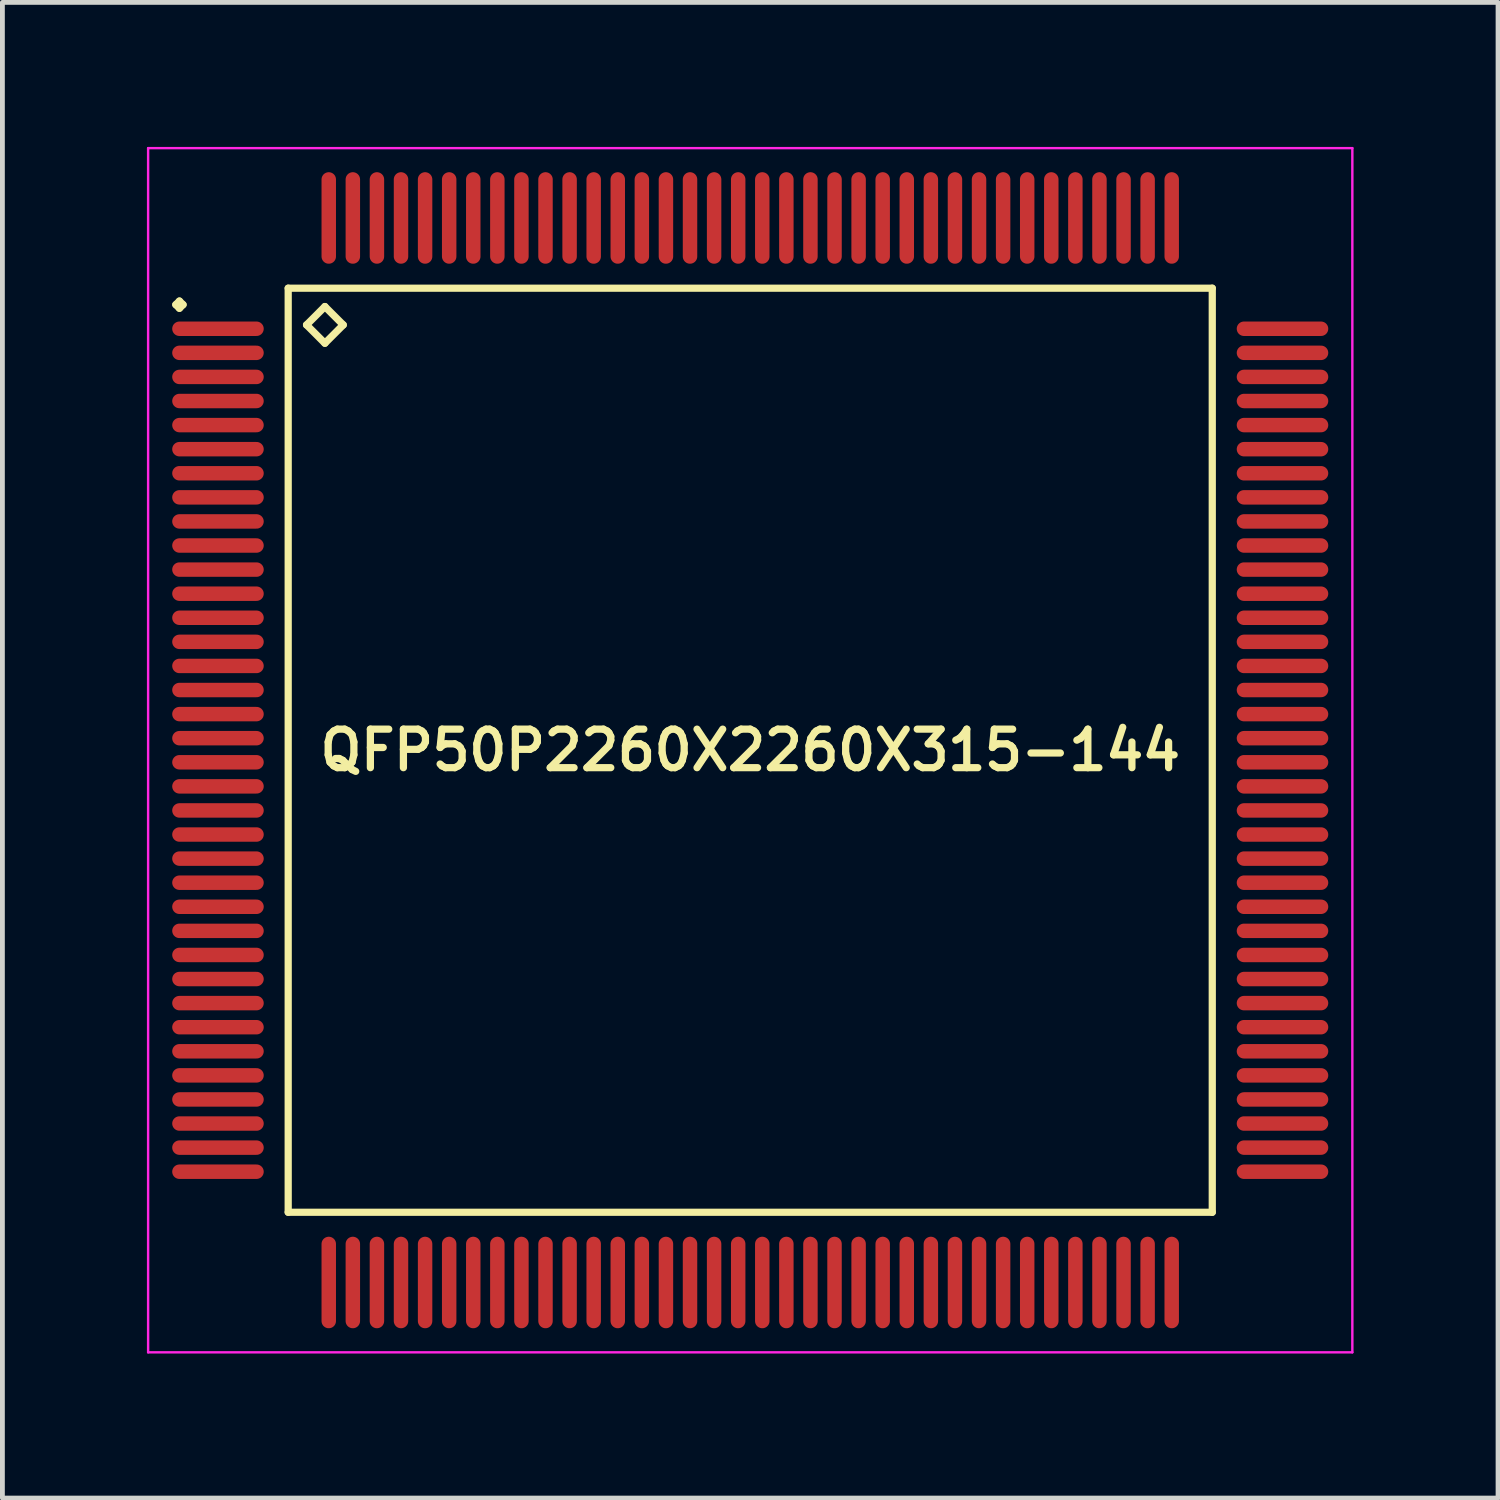
<source format=kicad_pcb>
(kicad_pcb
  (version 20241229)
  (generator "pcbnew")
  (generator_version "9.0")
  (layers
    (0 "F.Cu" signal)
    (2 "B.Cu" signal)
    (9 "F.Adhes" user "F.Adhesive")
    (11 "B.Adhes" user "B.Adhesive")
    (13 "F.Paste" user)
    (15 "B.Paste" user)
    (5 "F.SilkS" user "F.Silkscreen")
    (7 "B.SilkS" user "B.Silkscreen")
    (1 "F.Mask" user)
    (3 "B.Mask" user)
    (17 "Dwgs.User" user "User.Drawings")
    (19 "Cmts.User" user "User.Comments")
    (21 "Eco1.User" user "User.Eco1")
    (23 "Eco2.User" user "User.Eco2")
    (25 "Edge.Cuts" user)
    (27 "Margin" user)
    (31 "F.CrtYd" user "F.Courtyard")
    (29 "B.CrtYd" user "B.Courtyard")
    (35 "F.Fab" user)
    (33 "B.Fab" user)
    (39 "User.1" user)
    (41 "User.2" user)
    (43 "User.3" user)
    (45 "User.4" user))
  (footprint "QFP50P2260X2260X315-144"
    (layer "F.Cu")
    (at 12.525 12.525)
    (property "Reference" "QFP50P2260X2260X315-144" (at 0 0 0) (layer "F.SilkS") (effects (font (size 0.8 0.8) (thickness 0.15))))
    (attr smd)
    (fp_line (start -11.925 -9.25) (end -11.85 -9.325) (stroke (width 0.15) (type solid)) (layer "F.SilkS"))
    (fp_line (start -11.85 -9.325) (end -11.775 -9.25) (stroke (width 0.15) (type solid)) (layer "F.SilkS"))
    (fp_line (start -11.85 -9.175) (end -11.925 -9.25) (stroke (width 0.15) (type solid)) (layer "F.SilkS"))
    (fp_line (start -11.775 -9.25) (end -11.85 -9.175) (stroke (width 0.15) (type solid)) (layer "F.SilkS"))
    (fp_line (start -9.592 -9.592) (end -9.592 9.592) (stroke (width 0.15) (type solid)) (layer "F.SilkS"))
    (fp_line (start -9.592 9.592) (end 9.592 9.592) (stroke (width 0.15) (type solid)) (layer "F.SilkS"))
    (fp_line (start -9.211 -8.83) (end -8.83 -9.211) (stroke (width 0.15) (type solid)) (layer "F.SilkS"))
    (fp_line (start -8.83 -9.211) (end -8.449 -8.83) (stroke (width 0.15) (type solid)) (layer "F.SilkS"))
    (fp_line (start -8.83 -8.449) (end -9.211 -8.83) (stroke (width 0.15) (type solid)) (layer "F.SilkS"))
    (fp_line (start -8.449 -8.83) (end -8.83 -8.449) (stroke (width 0.15) (type solid)) (layer "F.SilkS"))
    (fp_line (start 9.592 -9.592) (end -9.592 -9.592) (stroke (width 0.15) (type solid)) (layer "F.SilkS"))
    (fp_line (start 9.592 9.592) (end 9.592 -9.592) (stroke (width 0.15) (type solid)) (layer "F.SilkS"))
    (fp_line (start -12.5 -12.5) (end 12.5 -12.5) (stroke (width 0.05) (type solid)) (layer "F.CrtYd"))
    (fp_line (start -12.5 12.5) (end -12.5 -12.5) (stroke (width 0.05) (type solid)) (layer "F.CrtYd"))
    (fp_line (start 12.5 -12.5) (end 12.5 12.5) (stroke (width 0.05) (type solid)) (layer "F.CrtYd"))
    (fp_line (start 12.5 12.5) (end -12.5 12.5) (stroke (width 0.05) (type solid)) (layer "F.CrtYd"))
    (pad "1" smd oval (at -11.05 -8.75) (size 1.9 0.3) (layers "F.Cu" "F.Mask" "F.Paste"))
    (pad "2" smd oval (at -11.05 -8.25) (size 1.9 0.3) (layers "F.Cu" "F.Mask" "F.Paste"))
    (pad "3" smd oval (at -11.05 -7.75) (size 1.9 0.3) (layers "F.Cu" "F.Mask" "F.Paste"))
    (pad "4" smd oval (at -11.05 -7.25) (size 1.9 0.3) (layers "F.Cu" "F.Mask" "F.Paste"))
    (pad "5" smd oval (at -11.05 -6.75) (size 1.9 0.3) (layers "F.Cu" "F.Mask" "F.Paste"))
    (pad "6" smd oval (at -11.05 -6.25) (size 1.9 0.3) (layers "F.Cu" "F.Mask" "F.Paste"))
    (pad "7" smd oval (at -11.05 -5.75) (size 1.9 0.3) (layers "F.Cu" "F.Mask" "F.Paste"))
    (pad "8" smd oval (at -11.05 -5.25) (size 1.9 0.3) (layers "F.Cu" "F.Mask" "F.Paste"))
    (pad "9" smd oval (at -11.05 -4.75) (size 1.9 0.3) (layers "F.Cu" "F.Mask" "F.Paste"))
    (pad "10" smd oval (at -11.05 -4.25) (size 1.9 0.3) (layers "F.Cu" "F.Mask" "F.Paste"))
    (pad "11" smd oval (at -11.05 -3.75) (size 1.9 0.3) (layers "F.Cu" "F.Mask" "F.Paste"))
    (pad "12" smd oval (at -11.05 -3.25) (size 1.9 0.3) (layers "F.Cu" "F.Mask" "F.Paste"))
    (pad "13" smd oval (at -11.05 -2.75) (size 1.9 0.3) (layers "F.Cu" "F.Mask" "F.Paste"))
    (pad "14" smd oval (at -11.05 -2.25) (size 1.9 0.3) (layers "F.Cu" "F.Mask" "F.Paste"))
    (pad "15" smd oval (at -11.05 -1.75) (size 1.9 0.3) (layers "F.Cu" "F.Mask" "F.Paste"))
    (pad "16" smd oval (at -11.05 -1.25) (size 1.9 0.3) (layers "F.Cu" "F.Mask" "F.Paste"))
    (pad "17" smd oval (at -11.05 -0.75) (size 1.9 0.3) (layers "F.Cu" "F.Mask" "F.Paste"))
    (pad "18" smd oval (at -11.05 -0.25) (size 1.9 0.3) (layers "F.Cu" "F.Mask" "F.Paste"))
    (pad "19" smd oval (at -11.05 0.25) (size 1.9 0.3) (layers "F.Cu" "F.Mask" "F.Paste"))
    (pad "20" smd oval (at -11.05 0.75) (size 1.9 0.3) (layers "F.Cu" "F.Mask" "F.Paste"))
    (pad "21" smd oval (at -11.05 1.25) (size 1.9 0.3) (layers "F.Cu" "F.Mask" "F.Paste"))
    (pad "22" smd oval (at -11.05 1.75) (size 1.9 0.3) (layers "F.Cu" "F.Mask" "F.Paste"))
    (pad "23" smd oval (at -11.05 2.25) (size 1.9 0.3) (layers "F.Cu" "F.Mask" "F.Paste"))
    (pad "24" smd oval (at -11.05 2.75) (size 1.9 0.3) (layers "F.Cu" "F.Mask" "F.Paste"))
    (pad "25" smd oval (at -11.05 3.25) (size 1.9 0.3) (layers "F.Cu" "F.Mask" "F.Paste"))
    (pad "26" smd oval (at -11.05 3.75) (size 1.9 0.3) (layers "F.Cu" "F.Mask" "F.Paste"))
    (pad "27" smd oval (at -11.05 4.25) (size 1.9 0.3) (layers "F.Cu" "F.Mask" "F.Paste"))
    (pad "28" smd oval (at -11.05 4.75) (size 1.9 0.3) (layers "F.Cu" "F.Mask" "F.Paste"))
    (pad "29" smd oval (at -11.05 5.25) (size 1.9 0.3) (layers "F.Cu" "F.Mask" "F.Paste"))
    (pad "30" smd oval (at -11.05 5.75) (size 1.9 0.3) (layers "F.Cu" "F.Mask" "F.Paste"))
    (pad "31" smd oval (at -11.05 6.25) (size 1.9 0.3) (layers "F.Cu" "F.Mask" "F.Paste"))
    (pad "32" smd oval (at -11.05 6.75) (size 1.9 0.3) (layers "F.Cu" "F.Mask" "F.Paste"))
    (pad "33" smd oval (at -11.05 7.25) (size 1.9 0.3) (layers "F.Cu" "F.Mask" "F.Paste"))
    (pad "34" smd oval (at -11.05 7.75) (size 1.9 0.3) (layers "F.Cu" "F.Mask" "F.Paste"))
    (pad "35" smd oval (at -11.05 8.25) (size 1.9 0.3) (layers "F.Cu" "F.Mask" "F.Paste"))
    (pad "36" smd oval (at -11.05 8.75) (size 1.9 0.3) (layers "F.Cu" "F.Mask" "F.Paste"))
    (pad "37" smd oval (at -8.75 11.05) (size 0.3 1.9) (layers "F.Cu" "F.Mask" "F.Paste"))
    (pad "38" smd oval (at -8.25 11.05) (size 0.3 1.9) (layers "F.Cu" "F.Mask" "F.Paste"))
    (pad "39" smd oval (at -7.75 11.05) (size 0.3 1.9) (layers "F.Cu" "F.Mask" "F.Paste"))
    (pad "40" smd oval (at -7.25 11.05) (size 0.3 1.9) (layers "F.Cu" "F.Mask" "F.Paste"))
    (pad "41" smd oval (at -6.75 11.05) (size 0.3 1.9) (layers "F.Cu" "F.Mask" "F.Paste"))
    (pad "42" smd oval (at -6.25 11.05) (size 0.3 1.9) (layers "F.Cu" "F.Mask" "F.Paste"))
    (pad "43" smd oval (at -5.75 11.05) (size 0.3 1.9) (layers "F.Cu" "F.Mask" "F.Paste"))
    (pad "44" smd oval (at -5.25 11.05) (size 0.3 1.9) (layers "F.Cu" "F.Mask" "F.Paste"))
    (pad "45" smd oval (at -4.75 11.05) (size 0.3 1.9) (layers "F.Cu" "F.Mask" "F.Paste"))
    (pad "46" smd oval (at -4.25 11.05) (size 0.3 1.9) (layers "F.Cu" "F.Mask" "F.Paste"))
    (pad "47" smd oval (at -3.75 11.05) (size 0.3 1.9) (layers "F.Cu" "F.Mask" "F.Paste"))
    (pad "48" smd oval (at -3.25 11.05) (size 0.3 1.9) (layers "F.Cu" "F.Mask" "F.Paste"))
    (pad "49" smd oval (at -2.75 11.05) (size 0.3 1.9) (layers "F.Cu" "F.Mask" "F.Paste"))
    (pad "50" smd oval (at -2.25 11.05) (size 0.3 1.9) (layers "F.Cu" "F.Mask" "F.Paste"))
    (pad "51" smd oval (at -1.75 11.05) (size 0.3 1.9) (layers "F.Cu" "F.Mask" "F.Paste"))
    (pad "52" smd oval (at -1.25 11.05) (size 0.3 1.9) (layers "F.Cu" "F.Mask" "F.Paste"))
    (pad "53" smd oval (at -0.75 11.05) (size 0.3 1.9) (layers "F.Cu" "F.Mask" "F.Paste"))
    (pad "54" smd oval (at -0.25 11.05) (size 0.3 1.9) (layers "F.Cu" "F.Mask" "F.Paste"))
    (pad "55" smd oval (at 0.25 11.05) (size 0.3 1.9) (layers "F.Cu" "F.Mask" "F.Paste"))
    (pad "56" smd oval (at 0.75 11.05) (size 0.3 1.9) (layers "F.Cu" "F.Mask" "F.Paste"))
    (pad "57" smd oval (at 1.25 11.05) (size 0.3 1.9) (layers "F.Cu" "F.Mask" "F.Paste"))
    (pad "58" smd oval (at 1.75 11.05) (size 0.3 1.9) (layers "F.Cu" "F.Mask" "F.Paste"))
    (pad "59" smd oval (at 2.25 11.05) (size 0.3 1.9) (layers "F.Cu" "F.Mask" "F.Paste"))
    (pad "60" smd oval (at 2.75 11.05) (size 0.3 1.9) (layers "F.Cu" "F.Mask" "F.Paste"))
    (pad "61" smd oval (at 3.25 11.05) (size 0.3 1.9) (layers "F.Cu" "F.Mask" "F.Paste"))
    (pad "62" smd oval (at 3.75 11.05) (size 0.3 1.9) (layers "F.Cu" "F.Mask" "F.Paste"))
    (pad "63" smd oval (at 4.25 11.05) (size 0.3 1.9) (layers "F.Cu" "F.Mask" "F.Paste"))
    (pad "64" smd oval (at 4.75 11.05) (size 0.3 1.9) (layers "F.Cu" "F.Mask" "F.Paste"))
    (pad "65" smd oval (at 5.25 11.05) (size 0.3 1.9) (layers "F.Cu" "F.Mask" "F.Paste"))
    (pad "66" smd oval (at 5.75 11.05) (size 0.3 1.9) (layers "F.Cu" "F.Mask" "F.Paste"))
    (pad "67" smd oval (at 6.25 11.05) (size 0.3 1.9) (layers "F.Cu" "F.Mask" "F.Paste"))
    (pad "68" smd oval (at 6.75 11.05) (size 0.3 1.9) (layers "F.Cu" "F.Mask" "F.Paste"))
    (pad "69" smd oval (at 7.25 11.05) (size 0.3 1.9) (layers "F.Cu" "F.Mask" "F.Paste"))
    (pad "70" smd oval (at 7.75 11.05) (size 0.3 1.9) (layers "F.Cu" "F.Mask" "F.Paste"))
    (pad "71" smd oval (at 8.25 11.05) (size 0.3 1.9) (layers "F.Cu" "F.Mask" "F.Paste"))
    (pad "72" smd oval (at 8.75 11.05) (size 0.3 1.9) (layers "F.Cu" "F.Mask" "F.Paste"))
    (pad "73" smd oval (at 11.05 8.75) (size 1.9 0.3) (layers "F.Cu" "F.Mask" "F.Paste"))
    (pad "74" smd oval (at 11.05 8.25) (size 1.9 0.3) (layers "F.Cu" "F.Mask" "F.Paste"))
    (pad "75" smd oval (at 11.05 7.75) (size 1.9 0.3) (layers "F.Cu" "F.Mask" "F.Paste"))
    (pad "76" smd oval (at 11.05 7.25) (size 1.9 0.3) (layers "F.Cu" "F.Mask" "F.Paste"))
    (pad "77" smd oval (at 11.05 6.75) (size 1.9 0.3) (layers "F.Cu" "F.Mask" "F.Paste"))
    (pad "78" smd oval (at 11.05 6.25) (size 1.9 0.3) (layers "F.Cu" "F.Mask" "F.Paste"))
    (pad "79" smd oval (at 11.05 5.75) (size 1.9 0.3) (layers "F.Cu" "F.Mask" "F.Paste"))
    (pad "80" smd oval (at 11.05 5.25) (size 1.9 0.3) (layers "F.Cu" "F.Mask" "F.Paste"))
    (pad "81" smd oval (at 11.05 4.75) (size 1.9 0.3) (layers "F.Cu" "F.Mask" "F.Paste"))
    (pad "82" smd oval (at 11.05 4.25) (size 1.9 0.3) (layers "F.Cu" "F.Mask" "F.Paste"))
    (pad "83" smd oval (at 11.05 3.75) (size 1.9 0.3) (layers "F.Cu" "F.Mask" "F.Paste"))
    (pad "84" smd oval (at 11.05 3.25) (size 1.9 0.3) (layers "F.Cu" "F.Mask" "F.Paste"))
    (pad "85" smd oval (at 11.05 2.75) (size 1.9 0.3) (layers "F.Cu" "F.Mask" "F.Paste"))
    (pad "86" smd oval (at 11.05 2.25) (size 1.9 0.3) (layers "F.Cu" "F.Mask" "F.Paste"))
    (pad "87" smd oval (at 11.05 1.75) (size 1.9 0.3) (layers "F.Cu" "F.Mask" "F.Paste"))
    (pad "88" smd oval (at 11.05 1.25) (size 1.9 0.3) (layers "F.Cu" "F.Mask" "F.Paste"))
    (pad "89" smd oval (at 11.05 0.75) (size 1.9 0.3) (layers "F.Cu" "F.Mask" "F.Paste"))
    (pad "90" smd oval (at 11.05 0.25) (size 1.9 0.3) (layers "F.Cu" "F.Mask" "F.Paste"))
    (pad "91" smd oval (at 11.05 -0.25) (size 1.9 0.3) (layers "F.Cu" "F.Mask" "F.Paste"))
    (pad "92" smd oval (at 11.05 -0.75) (size 1.9 0.3) (layers "F.Cu" "F.Mask" "F.Paste"))
    (pad "93" smd oval (at 11.05 -1.25) (size 1.9 0.3) (layers "F.Cu" "F.Mask" "F.Paste"))
    (pad "94" smd oval (at 11.05 -1.75) (size 1.9 0.3) (layers "F.Cu" "F.Mask" "F.Paste"))
    (pad "95" smd oval (at 11.05 -2.25) (size 1.9 0.3) (layers "F.Cu" "F.Mask" "F.Paste"))
    (pad "96" smd oval (at 11.05 -2.75) (size 1.9 0.3) (layers "F.Cu" "F.Mask" "F.Paste"))
    (pad "97" smd oval (at 11.05 -3.25) (size 1.9 0.3) (layers "F.Cu" "F.Mask" "F.Paste"))
    (pad "98" smd oval (at 11.05 -3.75) (size 1.9 0.3) (layers "F.Cu" "F.Mask" "F.Paste"))
    (pad "99" smd oval (at 11.05 -4.25) (size 1.9 0.3) (layers "F.Cu" "F.Mask" "F.Paste"))
    (pad "100" smd oval (at 11.05 -4.75) (size 1.9 0.3) (layers "F.Cu" "F.Mask" "F.Paste"))
    (pad "101" smd oval (at 11.05 -5.25) (size 1.9 0.3) (layers "F.Cu" "F.Mask" "F.Paste"))
    (pad "102" smd oval (at 11.05 -5.75) (size 1.9 0.3) (layers "F.Cu" "F.Mask" "F.Paste"))
    (pad "103" smd oval (at 11.05 -6.25) (size 1.9 0.3) (layers "F.Cu" "F.Mask" "F.Paste"))
    (pad "104" smd oval (at 11.05 -6.75) (size 1.9 0.3) (layers "F.Cu" "F.Mask" "F.Paste"))
    (pad "105" smd oval (at 11.05 -7.25) (size 1.9 0.3) (layers "F.Cu" "F.Mask" "F.Paste"))
    (pad "106" smd oval (at 11.05 -7.75) (size 1.9 0.3) (layers "F.Cu" "F.Mask" "F.Paste"))
    (pad "107" smd oval (at 11.05 -8.25) (size 1.9 0.3) (layers "F.Cu" "F.Mask" "F.Paste"))
    (pad "108" smd oval (at 11.05 -8.75) (size 1.9 0.3) (layers "F.Cu" "F.Mask" "F.Paste"))
    (pad "109" smd oval (at 8.75 -11.05) (size 0.3 1.9) (layers "F.Cu" "F.Mask" "F.Paste"))
    (pad "110" smd oval (at 8.25 -11.05) (size 0.3 1.9) (layers "F.Cu" "F.Mask" "F.Paste"))
    (pad "111" smd oval (at 7.75 -11.05) (size 0.3 1.9) (layers "F.Cu" "F.Mask" "F.Paste"))
    (pad "112" smd oval (at 7.25 -11.05) (size 0.3 1.9) (layers "F.Cu" "F.Mask" "F.Paste"))
    (pad "113" smd oval (at 6.75 -11.05) (size 0.3 1.9) (layers "F.Cu" "F.Mask" "F.Paste"))
    (pad "114" smd oval (at 6.25 -11.05) (size 0.3 1.9) (layers "F.Cu" "F.Mask" "F.Paste"))
    (pad "115" smd oval (at 5.75 -11.05) (size 0.3 1.9) (layers "F.Cu" "F.Mask" "F.Paste"))
    (pad "116" smd oval (at 5.25 -11.05) (size 0.3 1.9) (layers "F.Cu" "F.Mask" "F.Paste"))
    (pad "117" smd oval (at 4.75 -11.05) (size 0.3 1.9) (layers "F.Cu" "F.Mask" "F.Paste"))
    (pad "118" smd oval (at 4.25 -11.05) (size 0.3 1.9) (layers "F.Cu" "F.Mask" "F.Paste"))
    (pad "119" smd oval (at 3.75 -11.05) (size 0.3 1.9) (layers "F.Cu" "F.Mask" "F.Paste"))
    (pad "120" smd oval (at 3.25 -11.05) (size 0.3 1.9) (layers "F.Cu" "F.Mask" "F.Paste"))
    (pad "121" smd oval (at 2.75 -11.05) (size 0.3 1.9) (layers "F.Cu" "F.Mask" "F.Paste"))
    (pad "122" smd oval (at 2.25 -11.05) (size 0.3 1.9) (layers "F.Cu" "F.Mask" "F.Paste"))
    (pad "123" smd oval (at 1.75 -11.05) (size 0.3 1.9) (layers "F.Cu" "F.Mask" "F.Paste"))
    (pad "124" smd oval (at 1.25 -11.05) (size 0.3 1.9) (layers "F.Cu" "F.Mask" "F.Paste"))
    (pad "125" smd oval (at 0.75 -11.05) (size 0.3 1.9) (layers "F.Cu" "F.Mask" "F.Paste"))
    (pad "126" smd oval (at 0.25 -11.05) (size 0.3 1.9) (layers "F.Cu" "F.Mask" "F.Paste"))
    (pad "127" smd oval (at -0.25 -11.05) (size 0.3 1.9) (layers "F.Cu" "F.Mask" "F.Paste"))
    (pad "128" smd oval (at -0.75 -11.05) (size 0.3 1.9) (layers "F.Cu" "F.Mask" "F.Paste"))
    (pad "129" smd oval (at -1.25 -11.05) (size 0.3 1.9) (layers "F.Cu" "F.Mask" "F.Paste"))
    (pad "130" smd oval (at -1.75 -11.05) (size 0.3 1.9) (layers "F.Cu" "F.Mask" "F.Paste"))
    (pad "131" smd oval (at -2.25 -11.05) (size 0.3 1.9) (layers "F.Cu" "F.Mask" "F.Paste"))
    (pad "132" smd oval (at -2.75 -11.05) (size 0.3 1.9) (layers "F.Cu" "F.Mask" "F.Paste"))
    (pad "133" smd oval (at -3.25 -11.05) (size 0.3 1.9) (layers "F.Cu" "F.Mask" "F.Paste"))
    (pad "134" smd oval (at -3.75 -11.05) (size 0.3 1.9) (layers "F.Cu" "F.Mask" "F.Paste"))
    (pad "135" smd oval (at -4.25 -11.05) (size 0.3 1.9) (layers "F.Cu" "F.Mask" "F.Paste"))
    (pad "136" smd oval (at -4.75 -11.05) (size 0.3 1.9) (layers "F.Cu" "F.Mask" "F.Paste"))
    (pad "137" smd oval (at -5.25 -11.05) (size 0.3 1.9) (layers "F.Cu" "F.Mask" "F.Paste"))
    (pad "138" smd oval (at -5.75 -11.05) (size 0.3 1.9) (layers "F.Cu" "F.Mask" "F.Paste"))
    (pad "139" smd oval (at -6.25 -11.05) (size 0.3 1.9) (layers "F.Cu" "F.Mask" "F.Paste"))
    (pad "140" smd oval (at -6.75 -11.05) (size 0.3 1.9) (layers "F.Cu" "F.Mask" "F.Paste"))
    (pad "141" smd oval (at -7.25 -11.05) (size 0.3 1.9) (layers "F.Cu" "F.Mask" "F.Paste"))
    (pad "142" smd oval (at -7.75 -11.05) (size 0.3 1.9) (layers "F.Cu" "F.Mask" "F.Paste"))
    (pad "143" smd oval (at -8.25 -11.05) (size 0.3 1.9) (layers "F.Cu" "F.Mask" "F.Paste"))
    (pad "144" smd oval (at -8.75 -11.05) (size 0.3 1.9) (layers "F.Cu" "F.Mask" "F.Paste")))
  (gr_rect
    (start -3 -3)
    (end 28.05 28.05)
    (stroke (width 0.1) (type default))
    (fill no)
    (layer "Edge.Cuts")))
</source>
